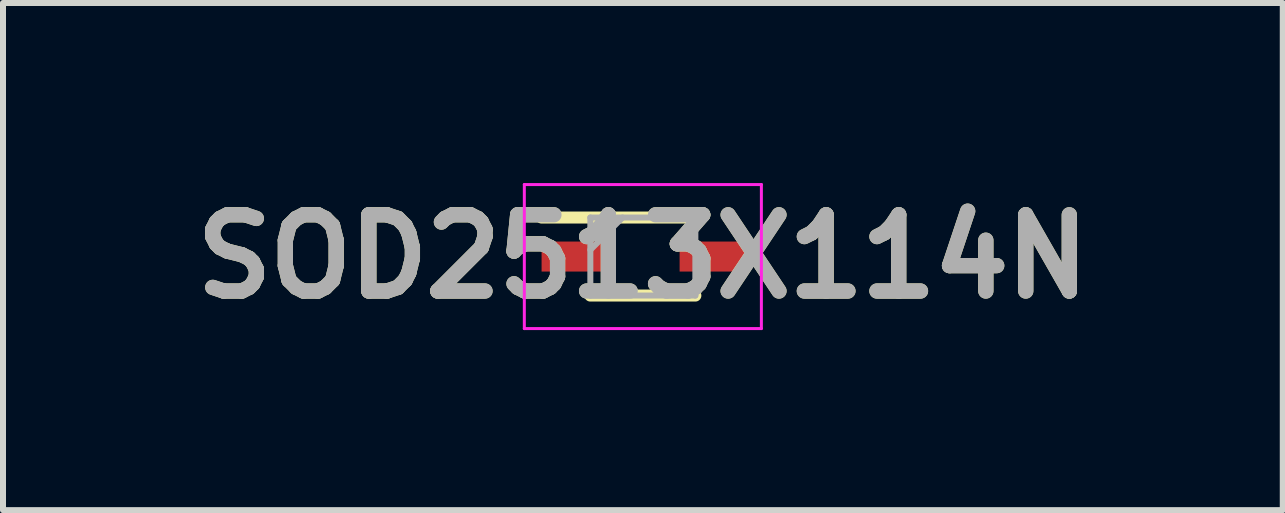
<source format=kicad_pcb>
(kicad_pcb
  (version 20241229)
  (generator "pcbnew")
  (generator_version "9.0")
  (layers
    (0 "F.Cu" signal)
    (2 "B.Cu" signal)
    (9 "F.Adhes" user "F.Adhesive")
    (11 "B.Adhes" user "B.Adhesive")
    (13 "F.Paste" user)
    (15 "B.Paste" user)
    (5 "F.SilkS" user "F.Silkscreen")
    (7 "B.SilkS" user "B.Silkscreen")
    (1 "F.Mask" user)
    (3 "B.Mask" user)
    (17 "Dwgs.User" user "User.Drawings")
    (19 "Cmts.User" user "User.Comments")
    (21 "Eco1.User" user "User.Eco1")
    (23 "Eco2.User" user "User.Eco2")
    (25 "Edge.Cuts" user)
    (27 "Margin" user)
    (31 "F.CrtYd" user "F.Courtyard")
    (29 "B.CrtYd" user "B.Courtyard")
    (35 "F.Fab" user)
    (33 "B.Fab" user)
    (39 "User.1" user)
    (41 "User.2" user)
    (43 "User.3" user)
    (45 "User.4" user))
  (footprint "SOD2513X114N"
    (layer "F.Cu")
    (at 7.662 1.225)
    (property "Reference" "SOD2513X114N" (at 0 0 0) (layer "F.SilkS") (effects (font (size 1.27 1.27) (thickness 0.254))))
    (attr smd)
    (fp_line (start -1.688 -0.65) (end 0.875 -0.65) (stroke (width 0.2) (type solid)) (layer "F.SilkS"))
    (fp_line (start -0.875 0.65) (end 0.875 0.65) (stroke (width 0.2) (type solid)) (layer "F.SilkS"))
    (fp_line (start -1.975 -1.2) (end 1.975 -1.2) (stroke (width 0.05) (type solid)) (layer "F.CrtYd"))
    (fp_line (start -1.975 1.2) (end -1.975 -1.2) (stroke (width 0.05) (type solid)) (layer "F.CrtYd"))
    (fp_line (start 1.975 -1.2) (end 1.975 1.2) (stroke (width 0.05) (type solid)) (layer "F.CrtYd"))
    (fp_line (start 1.975 1.2) (end -1.975 1.2) (stroke (width 0.05) (type solid)) (layer "F.CrtYd"))
    (fp_line (start -0.875 -0.65) (end 0.875 -0.65) (stroke (width 0.1) (type solid)) (layer "F.Fab"))
    (fp_line (start -0.875 -0.112) (end -0.338 -0.65) (stroke (width 0.1) (type solid)) (layer "F.Fab"))
    (fp_line (start -0.875 0.65) (end -0.875 -0.65) (stroke (width 0.1) (type solid)) (layer "F.Fab"))
    (fp_line (start 0.875 -0.65) (end 0.875 0.65) (stroke (width 0.1) (type solid)) (layer "F.Fab"))
    (fp_line (start 0.875 0.65) (end -0.875 0.65) (stroke (width 0.1) (type solid)) (layer "F.Fab"))
    (fp_text user "${REFERENCE}" (at 0 0 0) (layer "F.Fab") (effects (font (size 1.27 1.27) (thickness 0.254))))
    (pad "1" smd rect (at -1.15 0 90) (size 0.5 1.075) (layers "F.Cu" "F.Mask" "F.Paste"))
    (pad "2" smd rect (at 1.15 0 90) (size 0.5 1.075) (layers "F.Cu" "F.Mask" "F.Paste")))
  (gr_rect
    (start -3 -3)
    (end 18.325 5.45)
    (stroke (width 0.1) (type default))
    (fill no)
    (layer "Edge.Cuts")))
</source>
